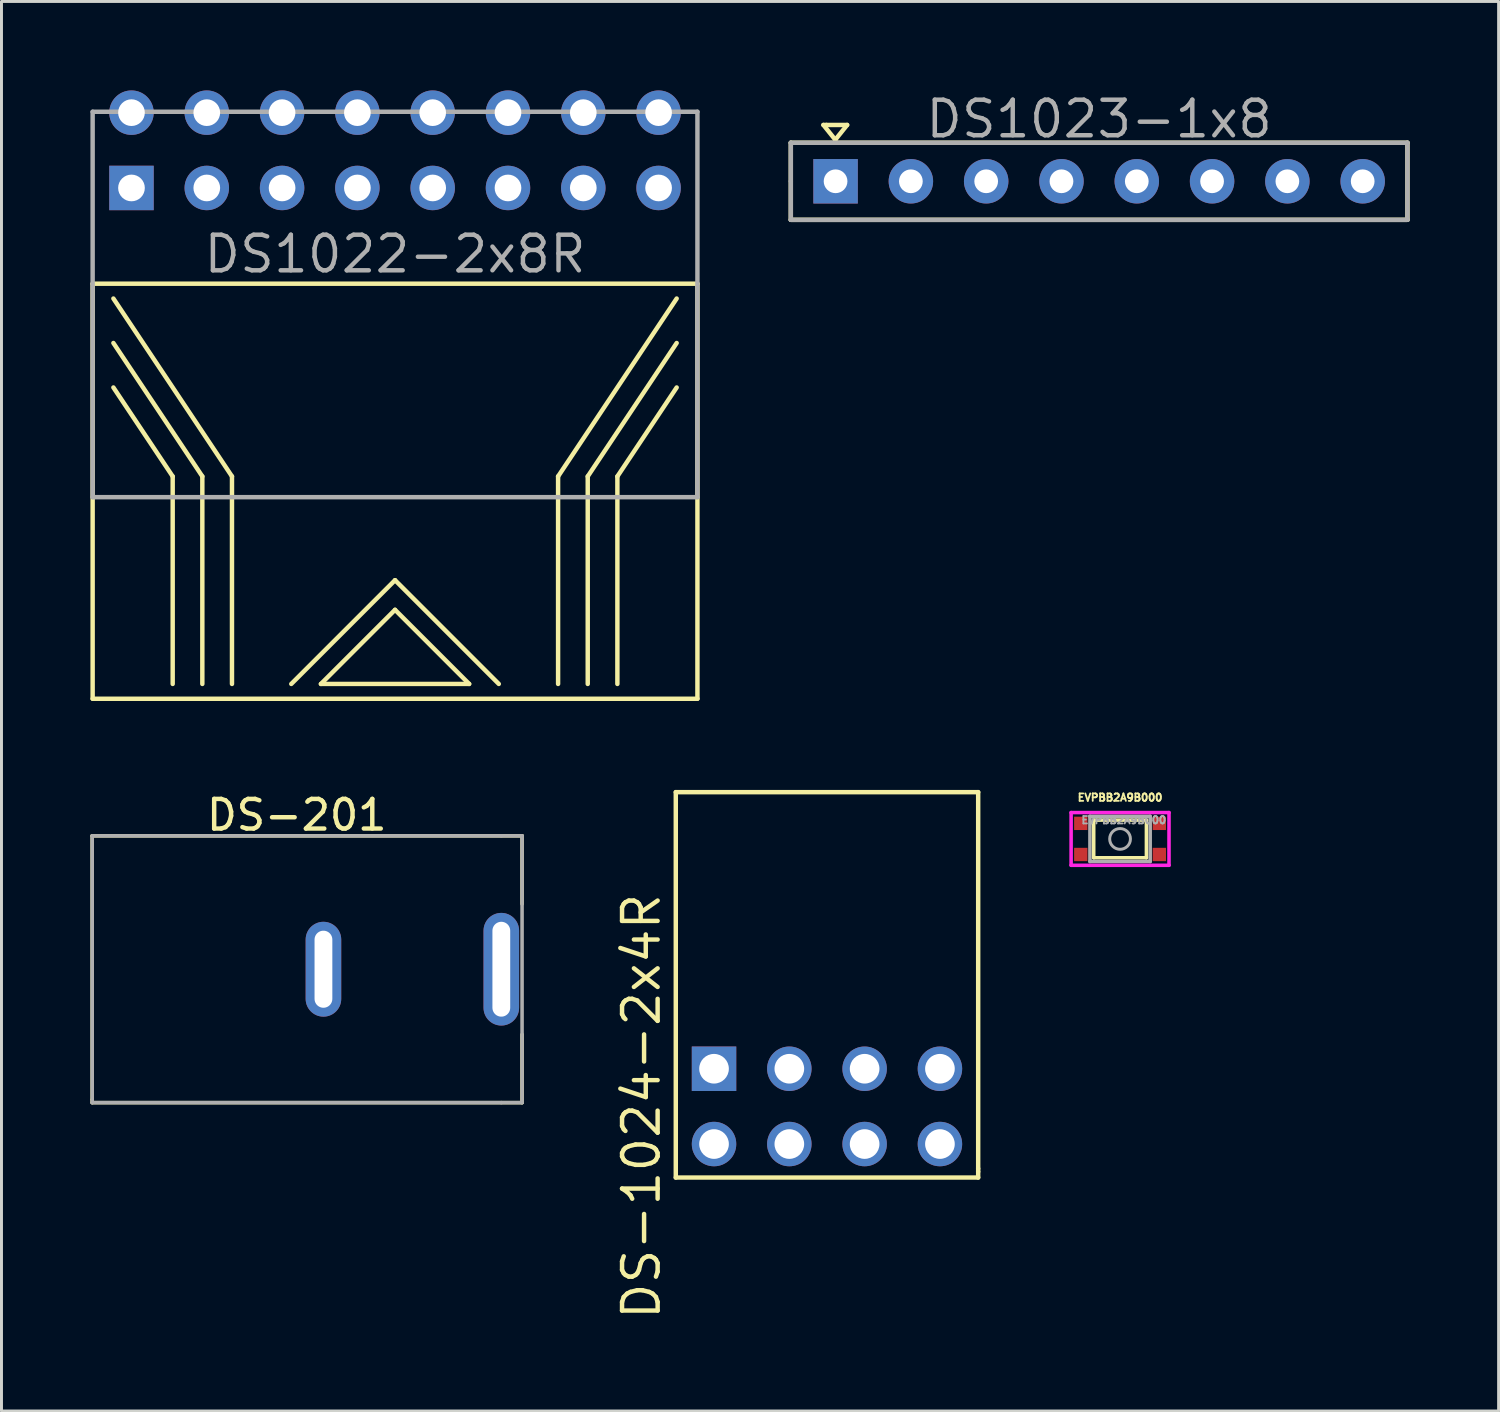
<source format=kicad_pcb>
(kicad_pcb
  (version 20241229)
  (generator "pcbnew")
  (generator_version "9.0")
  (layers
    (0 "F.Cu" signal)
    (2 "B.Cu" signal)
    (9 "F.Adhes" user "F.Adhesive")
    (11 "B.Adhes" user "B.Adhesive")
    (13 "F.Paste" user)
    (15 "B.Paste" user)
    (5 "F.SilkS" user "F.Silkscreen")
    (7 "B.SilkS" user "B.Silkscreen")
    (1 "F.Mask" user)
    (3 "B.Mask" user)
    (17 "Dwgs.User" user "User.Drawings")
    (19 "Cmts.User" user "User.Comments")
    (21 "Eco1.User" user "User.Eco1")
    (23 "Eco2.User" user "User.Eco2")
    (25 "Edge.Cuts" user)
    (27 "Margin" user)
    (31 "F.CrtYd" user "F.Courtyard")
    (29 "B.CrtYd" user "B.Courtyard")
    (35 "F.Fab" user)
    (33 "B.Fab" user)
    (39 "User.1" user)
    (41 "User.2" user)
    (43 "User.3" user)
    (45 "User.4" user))
  (footprint "EVPBB2A9B000"
    (layer "F.Cu")
    (at 34.731 25.248)
    (property "Reference" "EVPBB2A9B000" (at 0 -1.397 0) (layer "F.SilkS") (effects (font (size 0.25 0.25) (thickness 0.062))))
    (attr smd)
    (fp_line (start -0.889 -0.635) (end -0.889 0.635) (stroke (width 0.12) (type solid)) (layer "F.SilkS"))
    (fp_line (start -0.889 0.635) (end 0.889 0.635) (stroke (width 0.12) (type solid)) (layer "F.SilkS"))
    (fp_line (start 0.889 -0.635) (end -0.889 -0.635) (stroke (width 0.12) (type solid)) (layer "F.SilkS"))
    (fp_line (start 0.889 0.635) (end 0.889 -0.635) (stroke (width 0.12) (type solid)) (layer "F.SilkS"))
    (fp_line (start -1.651 -0.889) (end 1.651 -0.889) (stroke (width 0.12) (type solid)) (layer "F.CrtYd"))
    (fp_line (start -1.651 0.889) (end -1.651 -0.889) (stroke (width 0.12) (type solid)) (layer "F.CrtYd"))
    (fp_line (start 1.651 -0.889) (end 1.651 0.889) (stroke (width 0.12) (type solid)) (layer "F.CrtYd"))
    (fp_line (start 1.651 0.889) (end -1.651 0.889) (stroke (width 0.12) (type solid)) (layer "F.CrtYd"))
    (fp_line (start -1.016 -0.762) (end -1.016 0.762) (stroke (width 0.12) (type solid)) (layer "F.Fab"))
    (fp_line (start -1.016 0.762) (end 1.016 0.762) (stroke (width 0.12) (type solid)) (layer "F.Fab"))
    (fp_line (start 1.016 -0.762) (end -1.016 -0.762) (stroke (width 0.12) (type solid)) (layer "F.Fab"))
    (fp_line (start 1.016 0.762) (end 1.016 -0.762) (stroke (width 0.12) (type solid)) (layer "F.Fab"))
    (fp_circle (center 0 0) (end 0.35 0) (stroke (width 0.1) (type solid)) (fill no) (layer "F.Fab"))
    (fp_text user "${REFERENCE}" (at 0.127 -0.635 0) (layer "F.Fab") (effects (font (size 0.25 0.25) (thickness 0.062))))
    (pad "1" smd rect (at -1.325 -0.525) (size 0.45 0.45) (layers "F.Cu" "F.Mask" "F.Paste"))
    (pad "1" smd rect (at -1.325 0.525) (size 0.45 0.45) (layers "F.Cu" "F.Mask" "F.Paste"))
    (pad "2" smd rect (at 1.325 -0.525) (size 0.45 0.45) (layers "F.Cu" "F.Mask" "F.Paste"))
    (pad "2" smd rect (at 1.325 0.525) (size 0.45 0.45) (layers "F.Cu" "F.Mask" "F.Paste")))
  (footprint "DS-201"
    (layer "F.Cu")
    (at 6.96 29.643)
    (property "Reference" "DS-201" (at 0 -5.2 0) (layer "F.SilkS") (effects (font (size 1 1) (thickness 0.15))))
    (attr through_hole)
    (fp_line (start -6.9 -4.5) (end -6.9 4.4) (stroke (width 0.12) (type solid)) (layer "F.SilkS"))
    (fp_line (start -6.9 4.4) (end -6.9 4.5) (stroke (width 0.12) (type solid)) (layer "F.SilkS"))
    (fp_line (start -6.9 4.5) (end 7.6 4.5) (stroke (width 0.12) (type solid)) (layer "F.SilkS"))
    (fp_line (start 7.6 -4.5) (end -6.9 -4.5) (stroke (width 0.12) (type solid)) (layer "F.SilkS"))
    (fp_line (start 7.6 -2.2) (end 7.6 -4.5) (stroke (width 0.12) (type solid)) (layer "F.SilkS"))
    (fp_line (start 7.6 4.5) (end 7.6 2.2) (stroke (width 0.12) (type solid)) (layer "F.SilkS"))
    (fp_line (start -6.9 -4.5) (end -6.9 4.5) (stroke (width 0.12) (type solid)) (layer "F.Fab"))
    (fp_line (start -6.9 4.5) (end 6.9 4.5) (stroke (width 0.12) (type solid)) (layer "F.Fab"))
    (fp_line (start 6.9 -4.5) (end -6.9 -4.5) (stroke (width 0.12) (type solid)) (layer "F.Fab"))
    (fp_line (start 6.9 4.5) (end 7.6 4.5) (stroke (width 0.12) (type solid)) (layer "F.Fab"))
    (fp_line (start 7.6 -4.5) (end 6.9 -4.5) (stroke (width 0.12) (type solid)) (layer "F.Fab"))
    (fp_line (start 7.6 4.5) (end 7.6 -4.5) (stroke (width 0.12) (type solid)) (layer "F.Fab"))
    (pad "1" thru_hole oval (at 6.9 0) (size 1.2 3.8) (drill oval 0.6 3.2) (layers "*.Cu" "*.Mask"))
    (pad "2" thru_hole oval (at 0.9 0) (size 1.2 3.2) (drill oval 0.6 2.6) (layers "*.Cu" "*.Mask")))
  (footprint "DS1022-2x8R"
    (layer "F.Cu")
    (at 10.275 2.02)
    (property "Reference" "DS1022-2x8R" (at 0 3.5 180) (layer "F.Fab") (effects (font (size 1.2 1.2) (thickness 0.15))))
    (attr through_hole)
    (fp_line (start -10.2 4.5) (end -10.2 18.5) (stroke (width 0.15) (type solid)) (layer "F.SilkS"))
    (fp_line (start -10.2 4.5) (end 10.2 4.5) (stroke (width 0.15) (type solid)) (layer "F.SilkS"))
    (fp_line (start -10.2 18.5) (end 10.2 18.5) (stroke (width 0.15) (type solid)) (layer "F.SilkS"))
    (fp_line (start -9.5 5) (end -5.5 11) (stroke (width 0.15) (type solid)) (layer "F.SilkS"))
    (fp_line (start -9.5 6.5) (end -6.5 11) (stroke (width 0.15) (type solid)) (layer "F.SilkS"))
    (fp_line (start -9.5 8) (end -7.5 11) (stroke (width 0.15) (type solid)) (layer "F.SilkS"))
    (fp_line (start -7.5 11) (end -7.5 18) (stroke (width 0.15) (type solid)) (layer "F.SilkS"))
    (fp_line (start -6.5 11) (end -6.5 18) (stroke (width 0.15) (type solid)) (layer "F.SilkS"))
    (fp_line (start -5.5 11) (end -5.5 18) (stroke (width 0.15) (type solid)) (layer "F.SilkS"))
    (fp_line (start -3.5 18) (end 0 14.5) (stroke (width 0.15) (type solid)) (layer "F.SilkS"))
    (fp_line (start -2.5 18) (end 0 15.5) (stroke (width 0.15) (type solid)) (layer "F.SilkS"))
    (fp_line (start 0 14.5) (end 3.5 18) (stroke (width 0.15) (type solid)) (layer "F.SilkS"))
    (fp_line (start 0 15.5) (end 2.5 18) (stroke (width 0.15) (type solid)) (layer "F.SilkS"))
    (fp_line (start 2.5 18) (end -2.5 18) (stroke (width 0.15) (type solid)) (layer "F.SilkS"))
    (fp_line (start 5.5 11) (end 5.5 18) (stroke (width 0.15) (type solid)) (layer "F.SilkS"))
    (fp_line (start 6.5 11) (end 6.5 18) (stroke (width 0.15) (type solid)) (layer "F.SilkS"))
    (fp_line (start 7.5 11) (end 7.5 18) (stroke (width 0.15) (type solid)) (layer "F.SilkS"))
    (fp_line (start 9.5 5) (end 5.5 11) (stroke (width 0.15) (type solid)) (layer "F.SilkS"))
    (fp_line (start 9.5 6.5) (end 6.5 11) (stroke (width 0.15) (type solid)) (layer "F.SilkS"))
    (fp_line (start 9.5 8) (end 7.5 11) (stroke (width 0.15) (type solid)) (layer "F.SilkS"))
    (fp_line (start 10.2 18.5) (end 10.2 4.5) (stroke (width 0.15) (type solid)) (layer "F.SilkS"))
    (fp_line (start -10.2 -1.3) (end -10.2 11.7) (stroke (width 0.15) (type solid)) (layer "F.Fab"))
    (fp_line (start -10.2 11.7) (end 10.2 11.7) (stroke (width 0.15) (type solid)) (layer "F.Fab"))
    (fp_line (start 10.2 -1.3) (end -10.2 -1.3) (stroke (width 0.15) (type solid)) (layer "F.Fab"))
    (fp_line (start 10.2 11.7) (end 10.2 -1.3) (stroke (width 0.15) (type solid)) (layer "F.Fab"))
    (pad "1" thru_hole rect (at -8.89 1.27) (size 1.5 1.5) (drill 0.9) (layers "*.Cu" "*.Mask"))
    (pad "2" thru_hole circle (at -8.89 -1.27) (size 1.5 1.5) (drill 0.9) (layers "*.Cu" "*.Mask"))
    (pad "3" thru_hole circle (at -6.35 1.27) (size 1.5 1.5) (drill 0.9) (layers "*.Cu" "*.Mask"))
    (pad "4" thru_hole circle (at -6.35 -1.27) (size 1.5 1.5) (drill 0.9) (layers "*.Cu" "*.Mask"))
    (pad "5" thru_hole circle (at -3.81 1.27) (size 1.5 1.5) (drill 0.9) (layers "*.Cu" "*.Mask"))
    (pad "6" thru_hole circle (at -3.81 -1.27) (size 1.5 1.5) (drill 0.9) (layers "*.Cu" "*.Mask"))
    (pad "7" thru_hole circle (at -1.27 1.27) (size 1.5 1.5) (drill 0.9) (layers "*.Cu" "*.Mask"))
    (pad "8" thru_hole circle (at -1.27 -1.27) (size 1.5 1.5) (drill 0.9) (layers "*.Cu" "*.Mask"))
    (pad "9" thru_hole circle (at 1.27 1.27) (size 1.5 1.5) (drill 0.9) (layers "*.Cu" "*.Mask"))
    (pad "10" thru_hole circle (at 1.27 -1.27) (size 1.5 1.5) (drill 0.9) (layers "*.Cu" "*.Mask"))
    (pad "11" thru_hole circle (at 3.81 1.27) (size 1.5 1.5) (drill 0.9) (layers "*.Cu" "*.Mask"))
    (pad "12" thru_hole circle (at 3.81 -1.27) (size 1.5 1.5) (drill 0.9) (layers "*.Cu" "*.Mask"))
    (pad "13" thru_hole circle (at 6.35 1.27) (size 1.5 1.5) (drill 0.9) (layers "*.Cu" "*.Mask"))
    (pad "14" thru_hole circle (at 6.35 -1.27) (size 1.5 1.5) (drill 0.9) (layers "*.Cu" "*.Mask"))
    (pad "15" thru_hole circle (at 8.89 1.27) (size 1.5 1.5) (drill 0.9) (layers "*.Cu" "*.Mask"))
    (pad "16" thru_hole circle (at 8.89 -1.27) (size 1.5 1.5) (drill 0.9) (layers "*.Cu" "*.Mask")))
  (footprint "DS-1024-2x4R"
    (layer "F.Cu")
    (at 24.845 34.27)
    (property "Reference" "DS-1024-2x4R" (at -6.26 0 90) (layer "F.SilkS") (effects (font (size 1.2 1.2) (thickness 0.15))))
    (attr through_hole)
    (fp_line (start -5.1 -10.6) (end 5.1 -10.6) (stroke (width 0.15) (type solid)) (layer "F.SilkS"))
    (fp_line (start -5.1 2.4) (end -5.1 -10.6) (stroke (width 0.15) (type solid)) (layer "F.SilkS"))
    (fp_line (start 5.1 -10.6) (end 5.1 2.1) (stroke (width 0.15) (type solid)) (layer "F.SilkS"))
    (fp_line (start 5.1 2.1) (end 5.1 2.2) (stroke (width 0.15) (type solid)) (layer "F.SilkS"))
    (fp_line (start 5.1 2.2) (end 5.1 2.4) (stroke (width 0.15) (type solid)) (layer "F.SilkS"))
    (fp_line (start 5.1 2.4) (end -5.1 2.4) (stroke (width 0.15) (type solid)) (layer "F.SilkS"))
    (pad "1" thru_hole rect (at -3.81 -1.27) (size 1.5 1.5) (drill 1) (layers "*.Cu" "*.Mask"))
    (pad "2" thru_hole circle (at -3.81 1.27) (size 1.5 1.5) (drill 1) (layers "*.Cu" "*.Mask"))
    (pad "3" thru_hole circle (at -1.27 -1.27) (size 1.5 1.5) (drill 1) (layers "*.Cu" "*.Mask"))
    (pad "4" thru_hole circle (at -1.27 1.27) (size 1.5 1.5) (drill 1) (layers "*.Cu" "*.Mask"))
    (pad "5" thru_hole circle (at 1.27 -1.27) (size 1.5 1.5) (drill 1) (layers "*.Cu" "*.Mask"))
    (pad "6" thru_hole circle (at 1.27 1.27) (size 1.5 1.5) (drill 1) (layers "*.Cu" "*.Mask"))
    (pad "7" thru_hole circle (at 3.81 -1.27) (size 1.5 1.5) (drill 1) (layers "*.Cu" "*.Mask"))
    (pad "8" thru_hole circle (at 3.81 1.27) (size 1.5 1.5) (drill 1) (layers "*.Cu" "*.Mask")))
  (footprint "DS1023-1x8"
    (layer "F.Cu")
    (at 34.025 3.065)
    (property "Reference" "DS1023-1x8" (at 0 -2.1 0) (layer "F.Fab") (effects (font (size 1.2 1.2) (thickness 0.15))))
    (attr through_hole)
    (fp_line (start -10.4 -1.3) (end 10.4 -1.3) (stroke (width 0.15) (type solid)) (layer "F.SilkS"))
    (fp_line (start -10.4 1.3) (end -10.4 -1.3) (stroke (width 0.15) (type solid)) (layer "F.SilkS"))
    (fp_line (start -9.3 -1.9) (end -9.2 -1.9) (stroke (width 0.15) (type solid)) (layer "F.SilkS"))
    (fp_line (start -9.2 -1.9) (end -8.5 -1.9) (stroke (width 0.15) (type solid)) (layer "F.SilkS"))
    (fp_line (start -8.9 -1.4) (end -9.3 -1.9) (stroke (width 0.15) (type solid)) (layer "F.SilkS"))
    (fp_line (start -8.5 -1.9) (end -8.9 -1.4) (stroke (width 0.15) (type solid)) (layer "F.SilkS"))
    (fp_line (start 10.4 -1.3) (end 10.4 1.3) (stroke (width 0.15) (type solid)) (layer "F.SilkS"))
    (fp_line (start 10.4 1.3) (end -10.4 1.3) (stroke (width 0.15) (type solid)) (layer "F.SilkS"))
    (fp_line (start -10.4 -1.3) (end 10.4 -1.3) (stroke (width 0.15) (type solid)) (layer "F.Fab"))
    (fp_line (start -10.4 0) (end -10.4 -1.3) (stroke (width 0.15) (type solid)) (layer "F.Fab"))
    (fp_line (start -10.4 1.3) (end -10.4 0) (stroke (width 0.15) (type solid)) (layer "F.Fab"))
    (fp_line (start 10.4 -1.3) (end 10.4 1.3) (stroke (width 0.15) (type solid)) (layer "F.Fab"))
    (fp_line (start 10.4 1.3) (end -10.4 1.3) (stroke (width 0.15) (type solid)) (layer "F.Fab"))
    (pad "1" thru_hole rect (at -8.89 0) (size 1.5 1.5) (drill 0.8) (layers "*.Cu" "*.Mask"))
    (pad "2" thru_hole circle (at -6.35 0) (size 1.5 1.5) (drill 0.8) (layers "*.Cu" "*.Mask"))
    (pad "3" thru_hole circle (at -3.81 0) (size 1.5 1.5) (drill 0.8) (layers "*.Cu" "*.Mask"))
    (pad "4" thru_hole circle (at -1.27 0) (size 1.5 1.5) (drill 0.8) (layers "*.Cu" "*.Mask"))
    (pad "5" thru_hole circle (at 1.27 0) (size 1.5 1.5) (drill 0.8) (layers "*.Cu" "*.Mask"))
    (pad "6" thru_hole circle (at 3.81 0) (size 1.5 1.5) (drill 0.8) (layers "*.Cu" "*.Mask"))
    (pad "7" thru_hole circle (at 6.35 0) (size 1.5 1.5) (drill 0.8) (layers "*.Cu" "*.Mask"))
    (pad "8" thru_hole circle (at 8.89 0) (size 1.5 1.5) (drill 0.8) (layers "*.Cu" "*.Mask")))
  (gr_rect
    (start -3 -3)
    (end 47.5 44.546)
    (stroke (width 0.1) (type default))
    (fill no)
    (layer "Edge.Cuts")))
</source>
